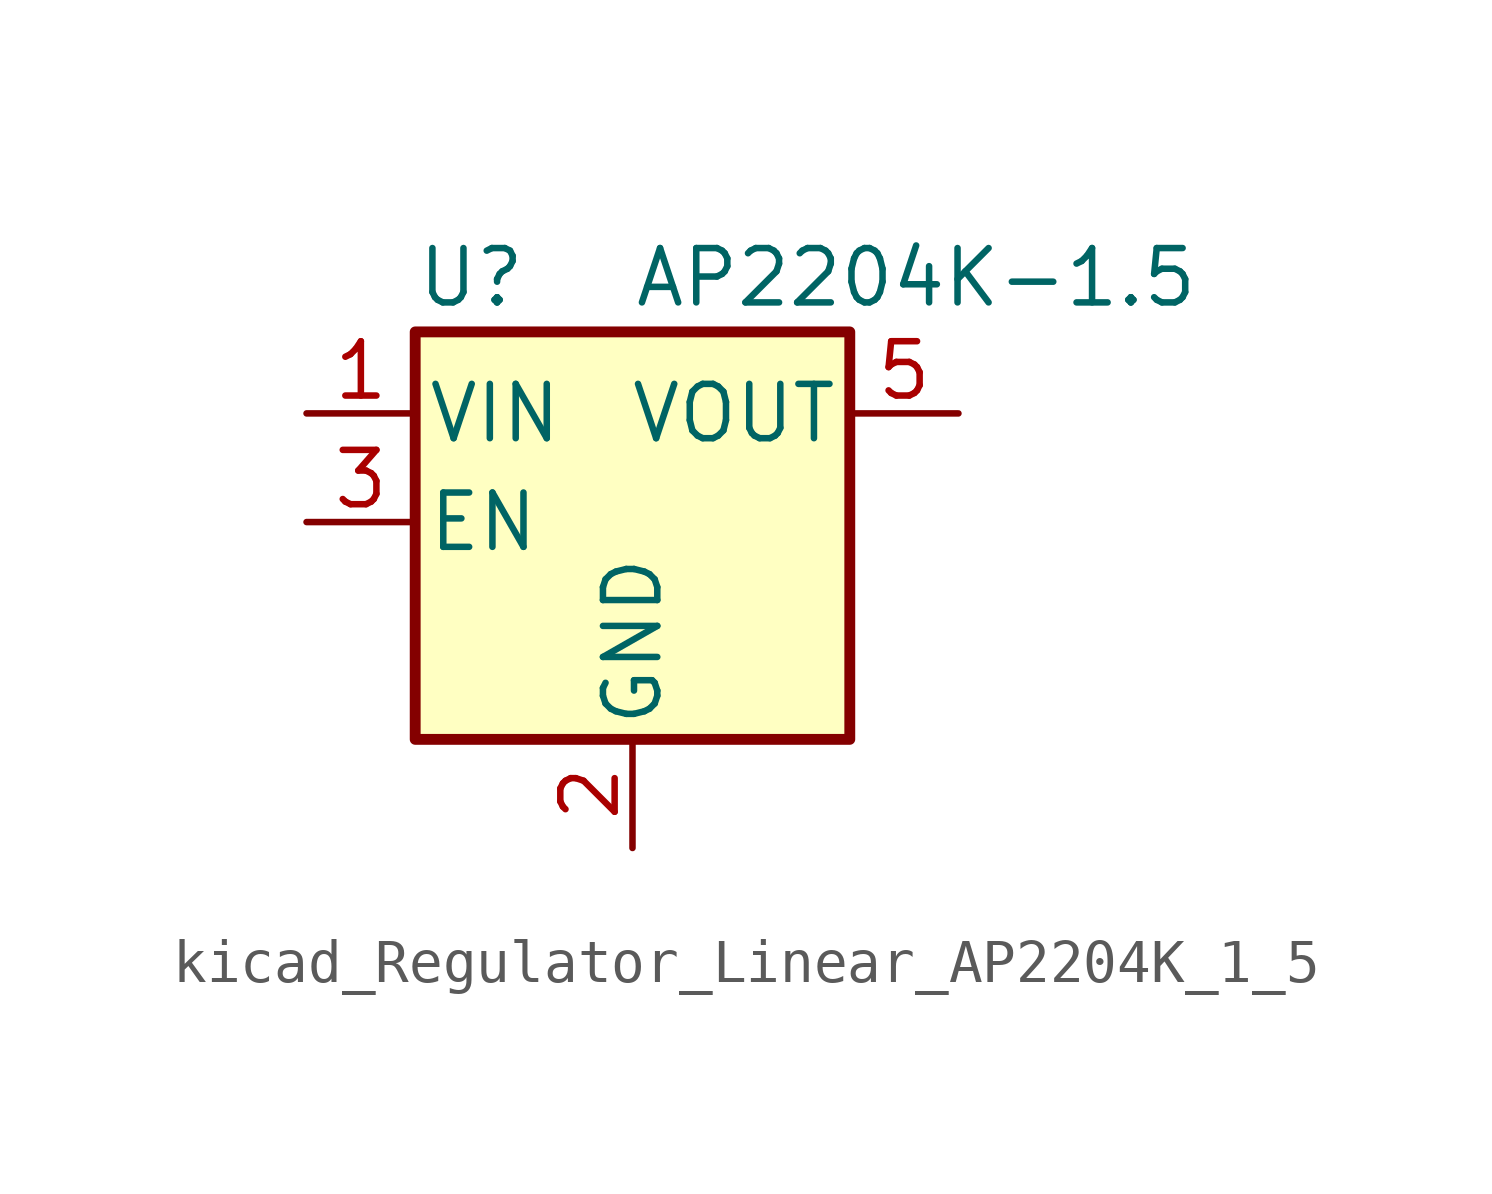
<source format=kicad_sym>
(kicad_symbol_lib
  (version 20220914)
  (generator kicad_symbol_editor)
  (symbol "kicad_Regulator_Linear_AP2204K_1_5"
    (pin_names
      (offset 0.254))
    (property "Reference" "U"
      (at -5.08 5.715 0)
      (effects (font (size 1.27 1.27)) (justify left)))
    (property "Value" "AP2204K-1.5"
      (at 0 5.715 0)
      (effects (font (size 1.27 1.27)) (justify left)))
    (symbol "kicad_Regulator_Linear_AP2204K_1_5_0_1"
      (rectangle (start -5.08 4.445) (end 5.08 -5.08) (stroke (width 0.254) (type default)) (fill (type background))))
    (symbol "kicad_Regulator_Linear_AP2204K_1_5_1_1"
      (pin power_in line (at -7.62 2.54 0) (length 2.54) (name "VIN" (effects (font (size 1.27 1.27)))) (number "1" (effects (font (size 1.27 1.27)))))
      (pin power_in line (at 0 -7.62 90) (length 2.54) (name "GND" (effects (font (size 1.27 1.27)))) (number "2" (effects (font (size 1.27 1.27)))))
      (pin input line (at -7.62 0 0) (length 2.54) (name "EN" (effects (font (size 1.27 1.27)))) (number "3" (effects (font (size 1.27 1.27)))))
      (pin no_connect line (at 5.08 0 180) (length 2.54) hide (name "NC" (effects (font (size 1.27 1.27)))) (number "4" (effects (font (size 1.27 1.27)))))
      (pin power_out line (at 7.62 2.54 180) (length 2.54) (name "VOUT" (effects (font (size 1.27 1.27)))) (number "5" (effects (font (size 1.27 1.27))))))))
</source>
